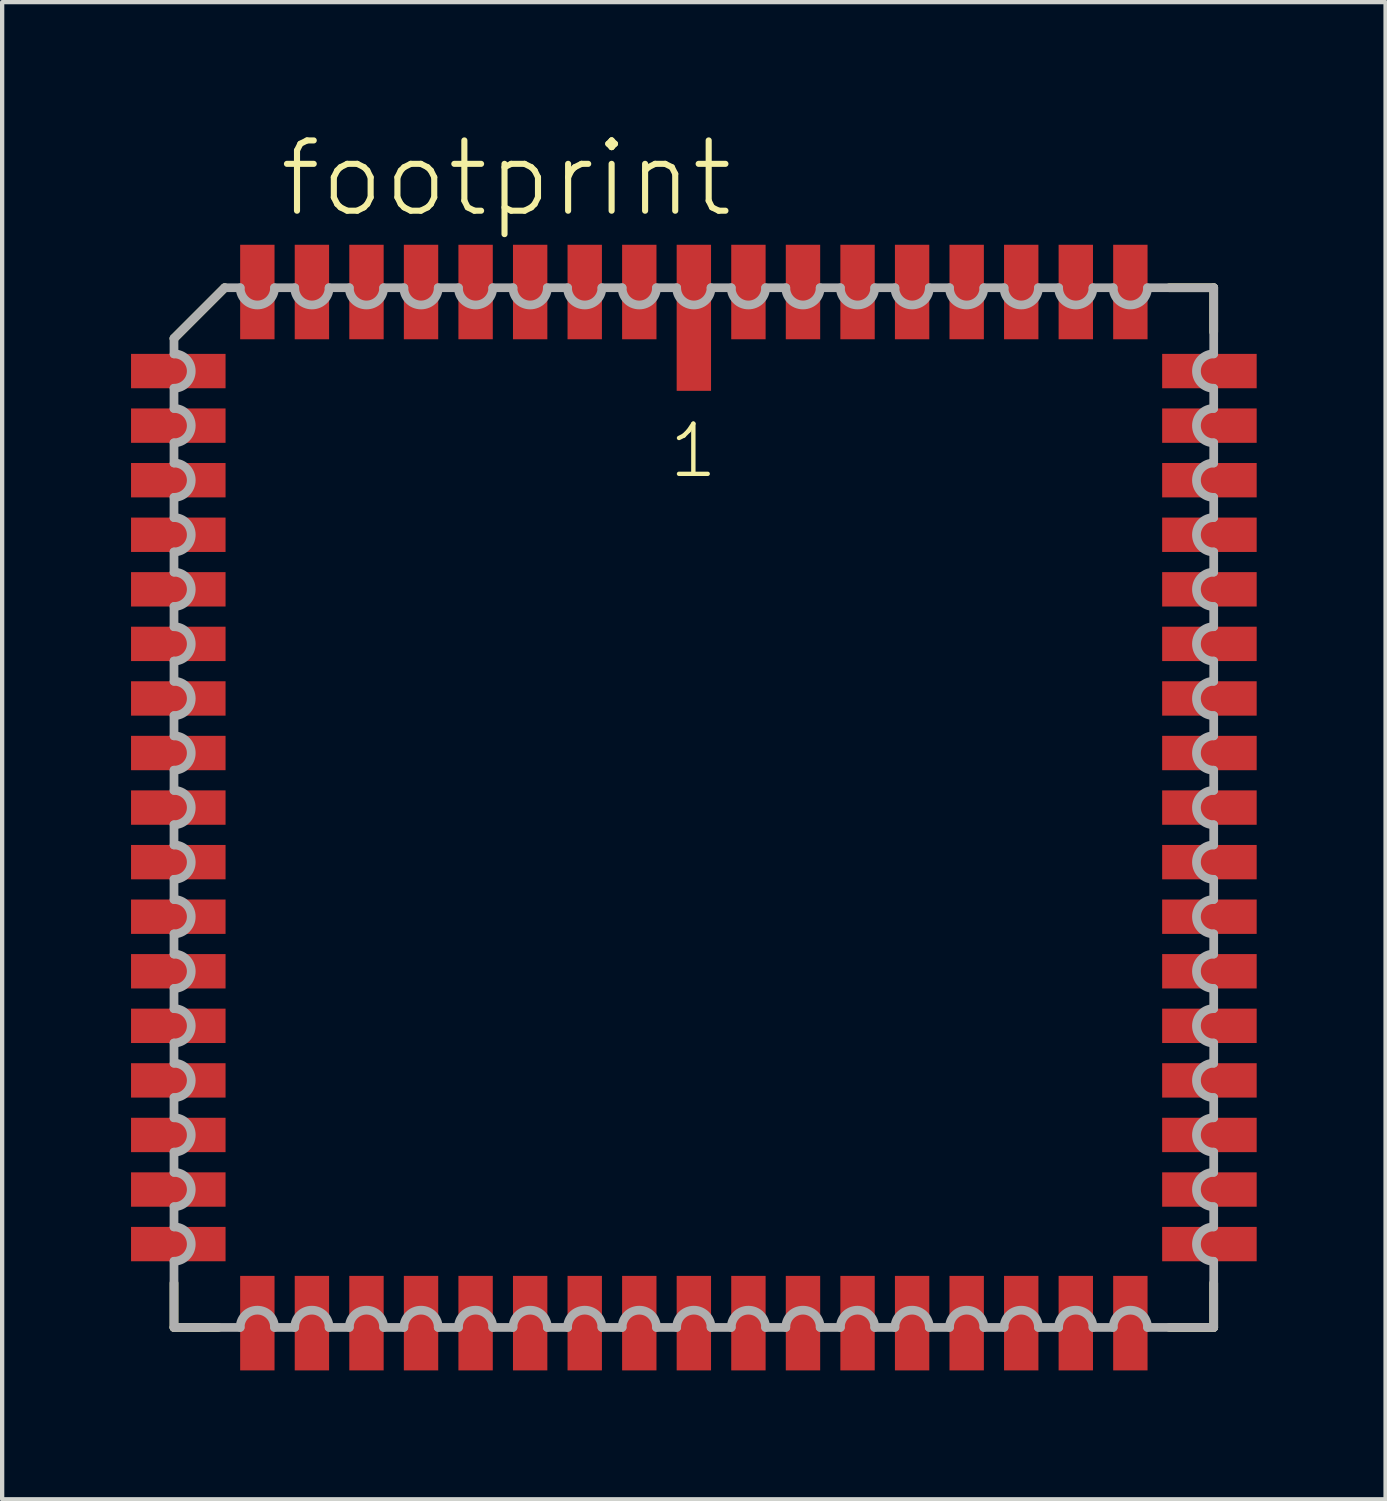
<source format=kicad_pcb>
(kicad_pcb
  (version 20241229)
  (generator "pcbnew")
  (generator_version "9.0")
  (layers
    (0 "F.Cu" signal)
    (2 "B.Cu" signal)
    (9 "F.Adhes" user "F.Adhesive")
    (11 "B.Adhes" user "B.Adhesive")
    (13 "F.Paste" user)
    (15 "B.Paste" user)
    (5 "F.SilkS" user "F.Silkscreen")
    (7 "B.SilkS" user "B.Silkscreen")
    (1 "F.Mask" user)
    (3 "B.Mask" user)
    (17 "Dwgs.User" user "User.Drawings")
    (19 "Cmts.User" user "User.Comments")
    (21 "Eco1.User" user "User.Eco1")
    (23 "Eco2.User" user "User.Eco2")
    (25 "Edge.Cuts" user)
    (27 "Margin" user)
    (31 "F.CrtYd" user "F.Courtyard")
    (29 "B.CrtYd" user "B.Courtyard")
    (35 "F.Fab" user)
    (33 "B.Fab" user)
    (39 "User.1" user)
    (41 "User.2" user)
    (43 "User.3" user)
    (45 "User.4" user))
  (footprint "footprint"
    (layer "F.Cu")
    (at 13.1 15.747)
    (property "Reference" "footprint" (at -9.72 -13.685 0) (layer "F.SilkS") (effects (font (size 1.636 1.636) (thickness 0.142)) (justify left bottom)))
    (fp_line (start -12.1 11.068) (end -12.1 12.1) (stroke (width 0.203) (type solid)) (layer "F.SilkS"))
    (fp_line (start -12.1 12.1) (end -11.068 12.1) (stroke (width 0.203) (type solid)) (layer "F.SilkS"))
    (fp_line (start -10.92 -12.1) (end -12.1 -10.92) (stroke (width 0.203) (type solid)) (layer "F.SilkS"))
    (fp_line (start 11.068 12.1) (end 12.1 12.1) (stroke (width 0.203) (type solid)) (layer "F.SilkS"))
    (fp_line (start 12.1 -12.1) (end 11.068 -12.1) (stroke (width 0.203) (type solid)) (layer "F.SilkS"))
    (fp_line (start 12.1 -11.068) (end 12.1 -12.1) (stroke (width 0.203) (type solid)) (layer "F.SilkS"))
    (fp_line (start 12.1 12.1) (end 12.1 11.068) (stroke (width 0.203) (type solid)) (layer "F.SilkS"))
    (fp_line (start -12.1 -10.92) (end -12.1 -10.56) (stroke (width 0.203) (type solid)) (layer "F.Fab"))
    (fp_line (start -12.1 -9.76) (end -12.1 -9.29) (stroke (width 0.203) (type solid)) (layer "F.Fab"))
    (fp_line (start -12.1 -8.49) (end -12.1 -8.02) (stroke (width 0.203) (type solid)) (layer "F.Fab"))
    (fp_line (start -12.1 -7.22) (end -12.1 -6.75) (stroke (width 0.203) (type solid)) (layer "F.Fab"))
    (fp_line (start -12.1 -5.95) (end -12.1 -5.48) (stroke (width 0.203) (type solid)) (layer "F.Fab"))
    (fp_line (start -12.1 -4.68) (end -12.1 -4.21) (stroke (width 0.203) (type solid)) (layer "F.Fab"))
    (fp_line (start -12.1 -3.41) (end -12.1 -2.94) (stroke (width 0.203) (type solid)) (layer "F.Fab"))
    (fp_line (start -12.1 -2.14) (end -12.1 -1.67) (stroke (width 0.203) (type solid)) (layer "F.Fab"))
    (fp_line (start -12.1 -0.87) (end -12.1 -0.4) (stroke (width 0.203) (type solid)) (layer "F.Fab"))
    (fp_line (start -12.1 0.4) (end -12.1 0.87) (stroke (width 0.203) (type solid)) (layer "F.Fab"))
    (fp_line (start -12.1 1.67) (end -12.1 2.14) (stroke (width 0.203) (type solid)) (layer "F.Fab"))
    (fp_line (start -12.1 2.94) (end -12.1 3.41) (stroke (width 0.203) (type solid)) (layer "F.Fab"))
    (fp_line (start -12.1 4.21) (end -12.1 4.68) (stroke (width 0.203) (type solid)) (layer "F.Fab"))
    (fp_line (start -12.1 5.48) (end -12.1 5.95) (stroke (width 0.203) (type solid)) (layer "F.Fab"))
    (fp_line (start -12.1 6.75) (end -12.1 7.22) (stroke (width 0.203) (type solid)) (layer "F.Fab"))
    (fp_line (start -12.1 8.02) (end -12.1 8.49) (stroke (width 0.203) (type solid)) (layer "F.Fab"))
    (fp_line (start -12.1 9.29) (end -12.1 9.76) (stroke (width 0.203) (type solid)) (layer "F.Fab"))
    (fp_line (start -12.1 10.56) (end -12.1 12.1) (stroke (width 0.203) (type solid)) (layer "F.Fab"))
    (fp_line (start -12.1 12.1) (end -10.56 12.1) (stroke (width 0.203) (type solid)) (layer "F.Fab"))
    (fp_line (start -10.92 -12.1) (end -12.1 -10.92) (stroke (width 0.203) (type solid)) (layer "F.Fab"))
    (fp_line (start -10.56 -12.1) (end -10.92 -12.1) (stroke (width 0.203) (type solid)) (layer "F.Fab"))
    (fp_line (start -9.76 12.1) (end -9.29 12.1) (stroke (width 0.203) (type solid)) (layer "F.Fab"))
    (fp_line (start -9.29 -12.1) (end -9.76 -12.1) (stroke (width 0.203) (type solid)) (layer "F.Fab"))
    (fp_line (start -8.49 12.1) (end -8.02 12.1) (stroke (width 0.203) (type solid)) (layer "F.Fab"))
    (fp_line (start -8.02 -12.1) (end -8.49 -12.1) (stroke (width 0.203) (type solid)) (layer "F.Fab"))
    (fp_line (start -7.22 12.1) (end -6.75 12.1) (stroke (width 0.203) (type solid)) (layer "F.Fab"))
    (fp_line (start -6.75 -12.1) (end -7.22 -12.1) (stroke (width 0.203) (type solid)) (layer "F.Fab"))
    (fp_line (start -5.95 12.1) (end -5.48 12.1) (stroke (width 0.203) (type solid)) (layer "F.Fab"))
    (fp_line (start -5.48 -12.1) (end -5.95 -12.1) (stroke (width 0.203) (type solid)) (layer "F.Fab"))
    (fp_line (start -4.68 12.1) (end -4.21 12.1) (stroke (width 0.203) (type solid)) (layer "F.Fab"))
    (fp_line (start -4.21 -12.1) (end -4.68 -12.1) (stroke (width 0.203) (type solid)) (layer "F.Fab"))
    (fp_line (start -3.41 12.1) (end -2.94 12.1) (stroke (width 0.203) (type solid)) (layer "F.Fab"))
    (fp_line (start -2.94 -12.1) (end -3.41 -12.1) (stroke (width 0.203) (type solid)) (layer "F.Fab"))
    (fp_line (start -2.14 12.1) (end -1.67 12.1) (stroke (width 0.203) (type solid)) (layer "F.Fab"))
    (fp_line (start -1.67 -12.1) (end -2.14 -12.1) (stroke (width 0.203) (type solid)) (layer "F.Fab"))
    (fp_line (start -0.87 12.1) (end -0.4 12.1) (stroke (width 0.203) (type solid)) (layer "F.Fab"))
    (fp_line (start -0.4 -12.1) (end -0.87 -12.1) (stroke (width 0.203) (type solid)) (layer "F.Fab"))
    (fp_line (start 0.4 12.1) (end 0.87 12.1) (stroke (width 0.203) (type solid)) (layer "F.Fab"))
    (fp_line (start 0.87 -12.1) (end 0.4 -12.1) (stroke (width 0.203) (type solid)) (layer "F.Fab"))
    (fp_line (start 1.67 12.1) (end 2.14 12.1) (stroke (width 0.203) (type solid)) (layer "F.Fab"))
    (fp_line (start 2.14 -12.1) (end 1.67 -12.1) (stroke (width 0.203) (type solid)) (layer "F.Fab"))
    (fp_line (start 2.94 12.1) (end 3.41 12.1) (stroke (width 0.203) (type solid)) (layer "F.Fab"))
    (fp_line (start 3.41 -12.1) (end 2.94 -12.1) (stroke (width 0.203) (type solid)) (layer "F.Fab"))
    (fp_line (start 4.21 12.1) (end 4.68 12.1) (stroke (width 0.203) (type solid)) (layer "F.Fab"))
    (fp_line (start 4.68 -12.1) (end 4.21 -12.1) (stroke (width 0.203) (type solid)) (layer "F.Fab"))
    (fp_line (start 5.48 12.1) (end 5.95 12.1) (stroke (width 0.203) (type solid)) (layer "F.Fab"))
    (fp_line (start 5.95 -12.1) (end 5.48 -12.1) (stroke (width 0.203) (type solid)) (layer "F.Fab"))
    (fp_line (start 6.75 12.1) (end 7.22 12.1) (stroke (width 0.203) (type solid)) (layer "F.Fab"))
    (fp_line (start 7.22 -12.1) (end 6.75 -12.1) (stroke (width 0.203) (type solid)) (layer "F.Fab"))
    (fp_line (start 8.02 12.1) (end 8.49 12.1) (stroke (width 0.203) (type solid)) (layer "F.Fab"))
    (fp_line (start 8.49 -12.1) (end 8.02 -12.1) (stroke (width 0.203) (type solid)) (layer "F.Fab"))
    (fp_line (start 9.29 12.1) (end 9.76 12.1) (stroke (width 0.203) (type solid)) (layer "F.Fab"))
    (fp_line (start 9.76 -12.1) (end 9.29 -12.1) (stroke (width 0.203) (type solid)) (layer "F.Fab"))
    (fp_line (start 10.56 12.1) (end 12.1 12.1) (stroke (width 0.203) (type solid)) (layer "F.Fab"))
    (fp_line (start 12.1 -12.1) (end 10.56 -12.1) (stroke (width 0.203) (type solid)) (layer "F.Fab"))
    (fp_line (start 12.1 -10.56) (end 12.1 -12.1) (stroke (width 0.203) (type solid)) (layer "F.Fab"))
    (fp_line (start 12.1 -9.29) (end 12.1 -9.76) (stroke (width 0.203) (type solid)) (layer "F.Fab"))
    (fp_line (start 12.1 -8.02) (end 12.1 -8.49) (stroke (width 0.203) (type solid)) (layer "F.Fab"))
    (fp_line (start 12.1 -6.75) (end 12.1 -7.22) (stroke (width 0.203) (type solid)) (layer "F.Fab"))
    (fp_line (start 12.1 -5.48) (end 12.1 -5.95) (stroke (width 0.203) (type solid)) (layer "F.Fab"))
    (fp_line (start 12.1 -4.21) (end 12.1 -4.68) (stroke (width 0.203) (type solid)) (layer "F.Fab"))
    (fp_line (start 12.1 -2.94) (end 12.1 -3.41) (stroke (width 0.203) (type solid)) (layer "F.Fab"))
    (fp_line (start 12.1 -1.67) (end 12.1 -2.14) (stroke (width 0.203) (type solid)) (layer "F.Fab"))
    (fp_line (start 12.1 -0.4) (end 12.1 -0.87) (stroke (width 0.203) (type solid)) (layer "F.Fab"))
    (fp_line (start 12.1 0.87) (end 12.1 0.4) (stroke (width 0.203) (type solid)) (layer "F.Fab"))
    (fp_line (start 12.1 2.14) (end 12.1 1.67) (stroke (width 0.203) (type solid)) (layer "F.Fab"))
    (fp_line (start 12.1 3.41) (end 12.1 2.94) (stroke (width 0.203) (type solid)) (layer "F.Fab"))
    (fp_line (start 12.1 4.68) (end 12.1 4.21) (stroke (width 0.203) (type solid)) (layer "F.Fab"))
    (fp_line (start 12.1 5.95) (end 12.1 5.48) (stroke (width 0.203) (type solid)) (layer "F.Fab"))
    (fp_line (start 12.1 7.22) (end 12.1 6.75) (stroke (width 0.203) (type solid)) (layer "F.Fab"))
    (fp_line (start 12.1 8.49) (end 12.1 8.02) (stroke (width 0.203) (type solid)) (layer "F.Fab"))
    (fp_line (start 12.1 9.76) (end 12.1 9.29) (stroke (width 0.203) (type solid)) (layer "F.Fab"))
    (fp_line (start 12.1 12.1) (end 12.1 10.56) (stroke (width 0.203) (type solid)) (layer "F.Fab"))
    (fp_arc (start -12.0984 -10.56) (mid -11.6984 -10.16) (end -12.0984 -9.76) (stroke (width 0.2032) (type solid)) (layer "F.Fab"))
    (fp_arc (start -12.0984 -9.29) (mid -11.6984 -8.89) (end -12.0984 -8.49) (stroke (width 0.2032) (type solid)) (layer "F.Fab"))
    (fp_arc (start -12.0984 -8.02) (mid -11.6984 -7.62) (end -12.0984 -7.22) (stroke (width 0.2032) (type solid)) (layer "F.Fab"))
    (fp_arc (start -12.0984 -6.75) (mid -11.6984 -6.35) (end -12.0984 -5.95) (stroke (width 0.2032) (type solid)) (layer "F.Fab"))
    (fp_arc (start -12.0984 -5.48) (mid -11.6984 -5.08) (end -12.0984 -4.68) (stroke (width 0.2032) (type solid)) (layer "F.Fab"))
    (fp_arc (start -12.0984 -4.21) (mid -11.6984 -3.81) (end -12.0984 -3.41) (stroke (width 0.2032) (type solid)) (layer "F.Fab"))
    (fp_arc (start -12.0984 -2.94) (mid -11.6984 -2.54) (end -12.0984 -2.14) (stroke (width 0.2032) (type solid)) (layer "F.Fab"))
    (fp_arc (start -12.0984 -1.67) (mid -11.6984 -1.27) (end -12.0984 -0.87) (stroke (width 0.2032) (type solid)) (layer "F.Fab"))
    (fp_arc (start -12.0984 -0.4) (mid -11.6984 0) (end -12.0984 0.4) (stroke (width 0.2032) (type solid)) (layer "F.Fab"))
    (fp_arc (start -12.0984 0.87) (mid -11.6984 1.27) (end -12.0984 1.67) (stroke (width 0.2032) (type solid)) (layer "F.Fab"))
    (fp_arc (start -12.0984 2.14) (mid -11.6984 2.54) (end -12.0984 2.94) (stroke (width 0.2032) (type solid)) (layer "F.Fab"))
    (fp_arc (start -12.0984 3.41) (mid -11.6984 3.81) (end -12.0984 4.21) (stroke (width 0.2032) (type solid)) (layer "F.Fab"))
    (fp_arc (start -12.0984 4.68) (mid -11.6984 5.08) (end -12.0984 5.48) (stroke (width 0.2032) (type solid)) (layer "F.Fab"))
    (fp_arc (start -12.0984 5.95) (mid -11.6984 6.35) (end -12.0984 6.75) (stroke (width 0.2032) (type solid)) (layer "F.Fab"))
    (fp_arc (start -12.0984 7.22) (mid -11.6984 7.62) (end -12.0984 8.02) (stroke (width 0.2032) (type solid)) (layer "F.Fab"))
    (fp_arc (start -12.0984 8.49) (mid -11.6984 8.89) (end -12.0984 9.29) (stroke (width 0.2032) (type solid)) (layer "F.Fab"))
    (fp_arc (start -12.0984 9.76) (mid -11.6984 10.16) (end -12.0984 10.56) (stroke (width 0.2032) (type solid)) (layer "F.Fab"))
    (fp_arc (start -10.56 12.0984) (mid -10.16 11.6984) (end -9.76 12.0984) (stroke (width 0.2032) (type solid)) (layer "F.Fab"))
    (fp_arc (start -9.76 -12.0984) (mid -10.16 -11.6984) (end -10.56 -12.0984) (stroke (width 0.2032) (type solid)) (layer "F.Fab"))
    (fp_arc (start -9.29 12.0984) (mid -8.89 11.6984) (end -8.49 12.0984) (stroke (width 0.2032) (type solid)) (layer "F.Fab"))
    (fp_arc (start -8.49 -12.0984) (mid -8.89 -11.6984) (end -9.29 -12.0984) (stroke (width 0.2032) (type solid)) (layer "F.Fab"))
    (fp_arc (start -8.02 12.0984) (mid -7.62 11.6984) (end -7.22 12.0984) (stroke (width 0.2032) (type solid)) (layer "F.Fab"))
    (fp_arc (start -7.22 -12.0984) (mid -7.62 -11.6984) (end -8.02 -12.0984) (stroke (width 0.2032) (type solid)) (layer "F.Fab"))
    (fp_arc (start -6.75 12.0984) (mid -6.35 11.6984) (end -5.95 12.0984) (stroke (width 0.2032) (type solid)) (layer "F.Fab"))
    (fp_arc (start -5.95 -12.0984) (mid -6.35 -11.6984) (end -6.75 -12.0984) (stroke (width 0.2032) (type solid)) (layer "F.Fab"))
    (fp_arc (start -5.48 12.0984) (mid -5.08 11.6984) (end -4.68 12.0984) (stroke (width 0.2032) (type solid)) (layer "F.Fab"))
    (fp_arc (start -4.68 -12.0984) (mid -5.08 -11.6984) (end -5.48 -12.0984) (stroke (width 0.2032) (type solid)) (layer "F.Fab"))
    (fp_arc (start -4.21 12.0984) (mid -3.81 11.6984) (end -3.41 12.0984) (stroke (width 0.2032) (type solid)) (layer "F.Fab"))
    (fp_arc (start -3.41 -12.0984) (mid -3.81 -11.6984) (end -4.21 -12.0984) (stroke (width 0.2032) (type solid)) (layer "F.Fab"))
    (fp_arc (start -2.94 12.0984) (mid -2.54 11.6984) (end -2.14 12.0984) (stroke (width 0.2032) (type solid)) (layer "F.Fab"))
    (fp_arc (start -2.14 -12.0984) (mid -2.54 -11.6984) (end -2.94 -12.0984) (stroke (width 0.2032) (type solid)) (layer "F.Fab"))
    (fp_arc (start -1.67 12.0984) (mid -1.27 11.6984) (end -0.87 12.0984) (stroke (width 0.2032) (type solid)) (layer "F.Fab"))
    (fp_arc (start -0.87 -12.0984) (mid -1.27 -11.6984) (end -1.67 -12.0984) (stroke (width 0.2032) (type solid)) (layer "F.Fab"))
    (fp_arc (start -0.4 12.0984) (mid 0 11.6984) (end 0.4 12.0984) (stroke (width 0.2032) (type solid)) (layer "F.Fab"))
    (fp_arc (start 0.4 -12.0984) (mid 0 -11.6984) (end -0.4 -12.0984) (stroke (width 0.2032) (type solid)) (layer "F.Fab"))
    (fp_arc (start 0.87 12.0984) (mid 1.27 11.6984) (end 1.67 12.0984) (stroke (width 0.2032) (type solid)) (layer "F.Fab"))
    (fp_arc (start 1.67 -12.0984) (mid 1.27 -11.6984) (end 0.87 -12.0984) (stroke (width 0.2032) (type solid)) (layer "F.Fab"))
    (fp_arc (start 2.14 12.0984) (mid 2.54 11.6984) (end 2.94 12.0984) (stroke (width 0.2032) (type solid)) (layer "F.Fab"))
    (fp_arc (start 2.94 -12.0984) (mid 2.54 -11.6984) (end 2.14 -12.0984) (stroke (width 0.2032) (type solid)) (layer "F.Fab"))
    (fp_arc (start 3.41 12.0984) (mid 3.81 11.6984) (end 4.21 12.0984) (stroke (width 0.2032) (type solid)) (layer "F.Fab"))
    (fp_arc (start 4.21 -12.0984) (mid 3.81 -11.6984) (end 3.41 -12.0984) (stroke (width 0.2032) (type solid)) (layer "F.Fab"))
    (fp_arc (start 4.68 12.0984) (mid 5.08 11.6984) (end 5.48 12.0984) (stroke (width 0.2032) (type solid)) (layer "F.Fab"))
    (fp_arc (start 5.48 -12.0984) (mid 5.08 -11.6984) (end 4.68 -12.0984) (stroke (width 0.2032) (type solid)) (layer "F.Fab"))
    (fp_arc (start 5.95 12.0984) (mid 6.35 11.6984) (end 6.75 12.0984) (stroke (width 0.2032) (type solid)) (layer "F.Fab"))
    (fp_arc (start 6.75 -12.0984) (mid 6.35 -11.6984) (end 5.95 -12.0984) (stroke (width 0.2032) (type solid)) (layer "F.Fab"))
    (fp_arc (start 7.22 12.0984) (mid 7.62 11.6984) (end 8.02 12.0984) (stroke (width 0.2032) (type solid)) (layer "F.Fab"))
    (fp_arc (start 8.02 -12.0984) (mid 7.62 -11.6984) (end 7.22 -12.0984) (stroke (width 0.2032) (type solid)) (layer "F.Fab"))
    (fp_arc (start 8.49 12.0984) (mid 8.89 11.6984) (end 9.29 12.0984) (stroke (width 0.2032) (type solid)) (layer "F.Fab"))
    (fp_arc (start 9.29 -12.0984) (mid 8.89 -11.6984) (end 8.49 -12.0984) (stroke (width 0.2032) (type solid)) (layer "F.Fab"))
    (fp_arc (start 9.76 12.0984) (mid 10.16 11.6984) (end 10.56 12.0984) (stroke (width 0.2032) (type solid)) (layer "F.Fab"))
    (fp_arc (start 10.56 -12.0984) (mid 10.16 -11.6984) (end 9.76 -12.0984) (stroke (width 0.2032) (type solid)) (layer "F.Fab"))
    (fp_arc (start 12.0984 -9.76) (mid 11.6984 -10.16) (end 12.0984 -10.56) (stroke (width 0.2032) (type solid)) (layer "F.Fab"))
    (fp_arc (start 12.0984 -8.49) (mid 11.6984 -8.89) (end 12.0984 -9.29) (stroke (width 0.2032) (type solid)) (layer "F.Fab"))
    (fp_arc (start 12.0984 -7.22) (mid 11.6984 -7.62) (end 12.0984 -8.02) (stroke (width 0.2032) (type solid)) (layer "F.Fab"))
    (fp_arc (start 12.0984 -5.95) (mid 11.6984 -6.35) (end 12.0984 -6.75) (stroke (width 0.2032) (type solid)) (layer "F.Fab"))
    (fp_arc (start 12.0984 -4.68) (mid 11.6984 -5.08) (end 12.0984 -5.48) (stroke (width 0.2032) (type solid)) (layer "F.Fab"))
    (fp_arc (start 12.0984 -3.41) (mid 11.6984 -3.81) (end 12.0984 -4.21) (stroke (width 0.2032) (type solid)) (layer "F.Fab"))
    (fp_arc (start 12.0984 -2.14) (mid 11.6984 -2.54) (end 12.0984 -2.94) (stroke (width 0.2032) (type solid)) (layer "F.Fab"))
    (fp_arc (start 12.0984 -0.87) (mid 11.6984 -1.27) (end 12.0984 -1.67) (stroke (width 0.2032) (type solid)) (layer "F.Fab"))
    (fp_arc (start 12.0984 0.4) (mid 11.6984 0) (end 12.0984 -0.4) (stroke (width 0.2032) (type solid)) (layer "F.Fab"))
    (fp_arc (start 12.0984 1.67) (mid 11.6984 1.27) (end 12.0984 0.87) (stroke (width 0.2032) (type solid)) (layer "F.Fab"))
    (fp_arc (start 12.0984 2.94) (mid 11.6984 2.54) (end 12.0984 2.14) (stroke (width 0.2032) (type solid)) (layer "F.Fab"))
    (fp_arc (start 12.0984 4.21) (mid 11.6984 3.81) (end 12.0984 3.41) (stroke (width 0.2032) (type solid)) (layer "F.Fab"))
    (fp_arc (start 12.0984 5.48) (mid 11.6984 5.08) (end 12.0984 4.68) (stroke (width 0.2032) (type solid)) (layer "F.Fab"))
    (fp_arc (start 12.0984 6.75) (mid 11.6984 6.35) (end 12.0984 5.95) (stroke (width 0.2032) (type solid)) (layer "F.Fab"))
    (fp_arc (start 12.0984 8.02) (mid 11.6984 7.62) (end 12.0984 7.22) (stroke (width 0.2032) (type solid)) (layer "F.Fab"))
    (fp_arc (start 12.0984 9.29) (mid 11.6984 8.89) (end 12.0984 8.49) (stroke (width 0.2032) (type solid)) (layer "F.Fab"))
    (fp_arc (start 12.0984 10.56) (mid 11.6984 10.16) (end 12.0984 9.76) (stroke (width 0.2032) (type solid)) (layer "F.Fab"))
    (fp_text user "1" (at -0.635 -7.62 0) (layer "F.SilkS") (effects (font (size 1.168 1.168) (thickness 0.102)) (justify left bottom)))
    (pad "1" smd rect (at 0 -11.4) (size 0.8 3.4) (layers "F.Cu" "F.Mask" "F.Paste"))
    (pad "2" smd rect (at -1.27 -12) (size 0.8 2.2) (layers "F.Cu" "F.Mask" "F.Paste"))
    (pad "3" smd rect (at -2.54 -12) (size 0.8 2.2) (layers "F.Cu" "F.Mask" "F.Paste"))
    (pad "4" smd rect (at -3.81 -12) (size 0.8 2.2) (layers "F.Cu" "F.Mask" "F.Paste"))
    (pad "5" smd rect (at -5.08 -12) (size 0.8 2.2) (layers "F.Cu" "F.Mask" "F.Paste"))
    (pad "6" smd rect (at -6.35 -12) (size 0.8 2.2) (layers "F.Cu" "F.Mask" "F.Paste"))
    (pad "7" smd rect (at -7.62 -12) (size 0.8 2.2) (layers "F.Cu" "F.Mask" "F.Paste"))
    (pad "8" smd rect (at -8.89 -12) (size 0.8 2.2) (layers "F.Cu" "F.Mask" "F.Paste"))
    (pad "9" smd rect (at -10.16 -12) (size 0.8 2.2) (layers "F.Cu" "F.Mask" "F.Paste"))
    (pad "10" smd rect (at -12 -10.16) (size 2.2 0.8) (layers "F.Cu" "F.Mask" "F.Paste"))
    (pad "11" smd rect (at -12 -8.89) (size 2.2 0.8) (layers "F.Cu" "F.Mask" "F.Paste"))
    (pad "12" smd rect (at -12 -7.62) (size 2.2 0.8) (layers "F.Cu" "F.Mask" "F.Paste"))
    (pad "13" smd rect (at -12 -6.35) (size 2.2 0.8) (layers "F.Cu" "F.Mask" "F.Paste"))
    (pad "14" smd rect (at -12 -5.08) (size 2.2 0.8) (layers "F.Cu" "F.Mask" "F.Paste"))
    (pad "15" smd rect (at -12 -3.81) (size 2.2 0.8) (layers "F.Cu" "F.Mask" "F.Paste"))
    (pad "16" smd rect (at -12 -2.54) (size 2.2 0.8) (layers "F.Cu" "F.Mask" "F.Paste"))
    (pad "17" smd rect (at -12 -1.27) (size 2.2 0.8) (layers "F.Cu" "F.Mask" "F.Paste"))
    (pad "18" smd rect (at -12 0) (size 2.2 0.8) (layers "F.Cu" "F.Mask" "F.Paste"))
    (pad "19" smd rect (at -12 1.27) (size 2.2 0.8) (layers "F.Cu" "F.Mask" "F.Paste"))
    (pad "20" smd rect (at -12 2.54) (size 2.2 0.8) (layers "F.Cu" "F.Mask" "F.Paste"))
    (pad "21" smd rect (at -12 3.81) (size 2.2 0.8) (layers "F.Cu" "F.Mask" "F.Paste"))
    (pad "22" smd rect (at -12 5.08) (size 2.2 0.8) (layers "F.Cu" "F.Mask" "F.Paste"))
    (pad "23" smd rect (at -12 6.35) (size 2.2 0.8) (layers "F.Cu" "F.Mask" "F.Paste"))
    (pad "24" smd rect (at -12 7.62) (size 2.2 0.8) (layers "F.Cu" "F.Mask" "F.Paste"))
    (pad "25" smd rect (at -12 8.89) (size 2.2 0.8) (layers "F.Cu" "F.Mask" "F.Paste"))
    (pad "26" smd rect (at -12 10.16) (size 2.2 0.8) (layers "F.Cu" "F.Mask" "F.Paste"))
    (pad "27" smd rect (at -10.16 12) (size 0.8 2.2) (layers "F.Cu" "F.Mask" "F.Paste"))
    (pad "28" smd rect (at -8.89 12) (size 0.8 2.2) (layers "F.Cu" "F.Mask" "F.Paste"))
    (pad "29" smd rect (at -7.62 12) (size 0.8 2.2) (layers "F.Cu" "F.Mask" "F.Paste"))
    (pad "30" smd rect (at -6.35 12) (size 0.8 2.2) (layers "F.Cu" "F.Mask" "F.Paste"))
    (pad "31" smd rect (at -5.08 12) (size 0.8 2.2) (layers "F.Cu" "F.Mask" "F.Paste"))
    (pad "32" smd rect (at -3.81 12) (size 0.8 2.2) (layers "F.Cu" "F.Mask" "F.Paste"))
    (pad "33" smd rect (at -2.54 12) (size 0.8 2.2) (layers "F.Cu" "F.Mask" "F.Paste"))
    (pad "34" smd rect (at -1.27 12) (size 0.8 2.2) (layers "F.Cu" "F.Mask" "F.Paste"))
    (pad "35" smd rect (at 0 12) (size 0.8 2.2) (layers "F.Cu" "F.Mask" "F.Paste"))
    (pad "36" smd rect (at 1.27 12) (size 0.8 2.2) (layers "F.Cu" "F.Mask" "F.Paste"))
    (pad "37" smd rect (at 2.54 12) (size 0.8 2.2) (layers "F.Cu" "F.Mask" "F.Paste"))
    (pad "38" smd rect (at 3.81 12) (size 0.8 2.2) (layers "F.Cu" "F.Mask" "F.Paste"))
    (pad "39" smd rect (at 5.08 12) (size 0.8 2.2) (layers "F.Cu" "F.Mask" "F.Paste"))
    (pad "40" smd rect (at 6.35 12) (size 0.8 2.2) (layers "F.Cu" "F.Mask" "F.Paste"))
    (pad "41" smd rect (at 7.62 12) (size 0.8 2.2) (layers "F.Cu" "F.Mask" "F.Paste"))
    (pad "42" smd rect (at 8.89 12) (size 0.8 2.2) (layers "F.Cu" "F.Mask" "F.Paste"))
    (pad "43" smd rect (at 10.16 12) (size 0.8 2.2) (layers "F.Cu" "F.Mask" "F.Paste"))
    (pad "44" smd rect (at 12 10.16) (size 2.2 0.8) (layers "F.Cu" "F.Mask" "F.Paste"))
    (pad "45" smd rect (at 12 8.89) (size 2.2 0.8) (layers "F.Cu" "F.Mask" "F.Paste"))
    (pad "46" smd rect (at 12 7.62) (size 2.2 0.8) (layers "F.Cu" "F.Mask" "F.Paste"))
    (pad "47" smd rect (at 12 6.35) (size 2.2 0.8) (layers "F.Cu" "F.Mask" "F.Paste"))
    (pad "48" smd rect (at 12 5.08) (size 2.2 0.8) (layers "F.Cu" "F.Mask" "F.Paste"))
    (pad "49" smd rect (at 12 3.81) (size 2.2 0.8) (layers "F.Cu" "F.Mask" "F.Paste"))
    (pad "50" smd rect (at 12 2.54) (size 2.2 0.8) (layers "F.Cu" "F.Mask" "F.Paste"))
    (pad "51" smd rect (at 12 1.27) (size 2.2 0.8) (layers "F.Cu" "F.Mask" "F.Paste"))
    (pad "52" smd rect (at 12 0) (size 2.2 0.8) (layers "F.Cu" "F.Mask" "F.Paste"))
    (pad "53" smd rect (at 12 -1.27) (size 2.2 0.8) (layers "F.Cu" "F.Mask" "F.Paste"))
    (pad "54" smd rect (at 12 -2.54) (size 2.2 0.8) (layers "F.Cu" "F.Mask" "F.Paste"))
    (pad "55" smd rect (at 12 -3.81) (size 2.2 0.8) (layers "F.Cu" "F.Mask" "F.Paste"))
    (pad "56" smd rect (at 12 -5.08) (size 2.2 0.8) (layers "F.Cu" "F.Mask" "F.Paste"))
    (pad "57" smd rect (at 12 -6.35) (size 2.2 0.8) (layers "F.Cu" "F.Mask" "F.Paste"))
    (pad "58" smd rect (at 12 -7.62) (size 2.2 0.8) (layers "F.Cu" "F.Mask" "F.Paste"))
    (pad "59" smd rect (at 12 -8.89) (size 2.2 0.8) (layers "F.Cu" "F.Mask" "F.Paste"))
    (pad "60" smd rect (at 12 -10.16) (size 2.2 0.8) (layers "F.Cu" "F.Mask" "F.Paste"))
    (pad "61" smd rect (at 10.16 -12) (size 0.8 2.2) (layers "F.Cu" "F.Mask" "F.Paste"))
    (pad "62" smd rect (at 8.89 -12) (size 0.8 2.2) (layers "F.Cu" "F.Mask" "F.Paste"))
    (pad "63" smd rect (at 7.62 -12) (size 0.8 2.2) (layers "F.Cu" "F.Mask" "F.Paste"))
    (pad "64" smd rect (at 6.35 -12) (size 0.8 2.2) (layers "F.Cu" "F.Mask" "F.Paste"))
    (pad "65" smd rect (at 5.08 -12) (size 0.8 2.2) (layers "F.Cu" "F.Mask" "F.Paste"))
    (pad "66" smd rect (at 3.81 -12) (size 0.8 2.2) (layers "F.Cu" "F.Mask" "F.Paste"))
    (pad "67" smd rect (at 2.54 -12) (size 0.8 2.2) (layers "F.Cu" "F.Mask" "F.Paste"))
    (pad "68" smd rect (at 1.27 -12) (size 0.8 2.2) (layers "F.Cu" "F.Mask" "F.Paste")))
  (gr_rect
    (start -3 -3)
    (end 29.2 31.847)
    (stroke (width 0.1) (type default))
    (fill no)
    (layer "Edge.Cuts")))
</source>
